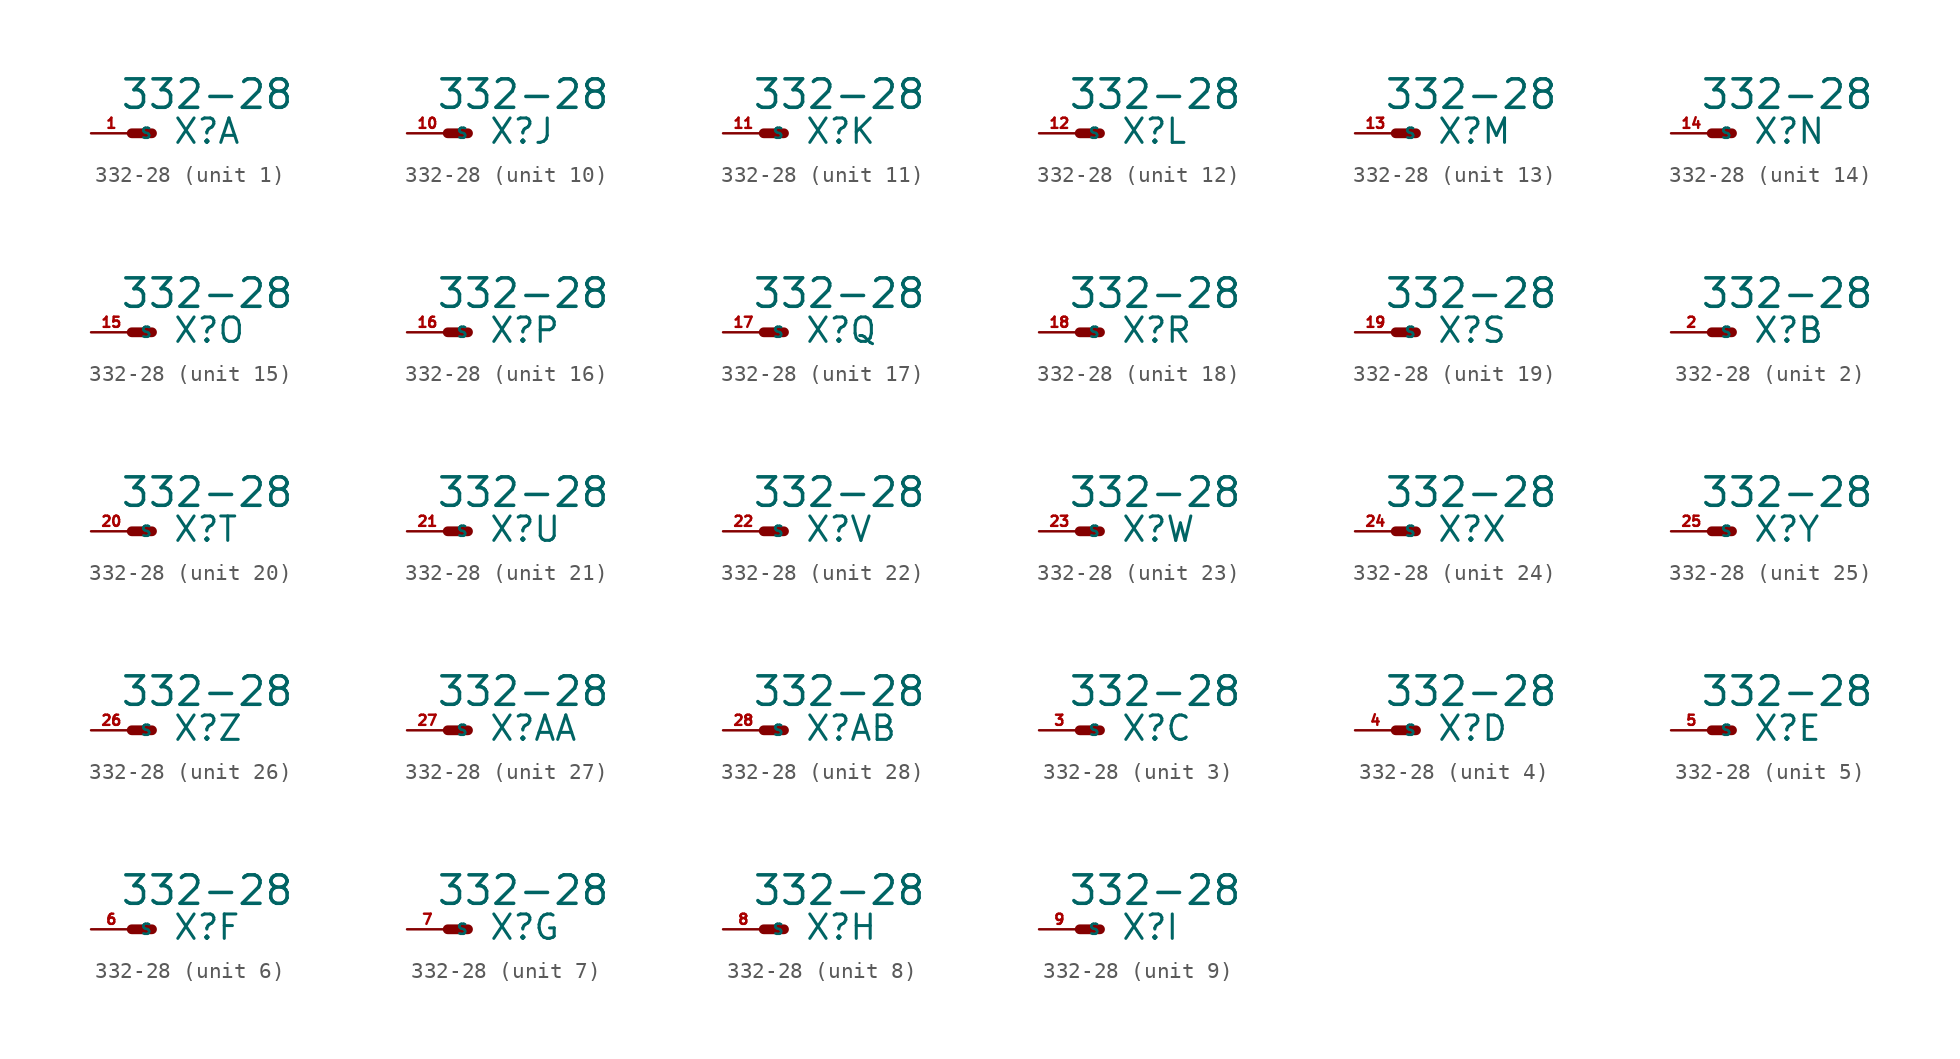
<source format=kicad_sym>
(kicad_symbol_lib
  (version 20220914)
  (generator Eagle2Kicad)
  (symbol "332-28"
    (property "Reference" "X"
      (at 2.54 -0.762 0)
      (effects (font (size 1.524 1.524) (thickness 0.19)) (justify left bottom)))
    (property "Value" "332-28"
      (at -0.762 1.397 0)
      (effects (font (size 1.778 1.778) (thickness 0.22)) (justify left bottom)))
    (symbol "332-28_1_0"
      (polyline (pts (xy 1.27 0) (xy 0 0)) (stroke (width 0.61) (type default)) (fill (type none)))
      (pin passive line (at -2.54 0 0) (length 2.54) (name "S" (effects (font (size 0.635 0.635) (thickness 0.08)) (justify left bottom))) (number "1" (effects (font (size 0.635 0.635) (thickness 0.08)) (justify left bottom)))))
    (symbol "332-28_2_0"
      (polyline (pts (xy 1.27 0) (xy 0 0)) (stroke (width 0.61) (type default)) (fill (type none)))
      (pin passive line (at -2.54 0 0) (length 2.54) (name "S" (effects (font (size 0.635 0.635) (thickness 0.08)) (justify left bottom))) (number "2" (effects (font (size 0.635 0.635) (thickness 0.08)) (justify left bottom)))))
    (symbol "332-28_3_0"
      (polyline (pts (xy 1.27 0) (xy 0 0)) (stroke (width 0.61) (type default)) (fill (type none)))
      (pin passive line (at -2.54 0 0) (length 2.54) (name "S" (effects (font (size 0.635 0.635) (thickness 0.08)) (justify left bottom))) (number "3" (effects (font (size 0.635 0.635) (thickness 0.08)) (justify left bottom)))))
    (symbol "332-28_4_0"
      (polyline (pts (xy 1.27 0) (xy 0 0)) (stroke (width 0.61) (type default)) (fill (type none)))
      (pin passive line (at -2.54 0 0) (length 2.54) (name "S" (effects (font (size 0.635 0.635) (thickness 0.08)) (justify left bottom))) (number "4" (effects (font (size 0.635 0.635) (thickness 0.08)) (justify left bottom)))))
    (symbol "332-28_5_0"
      (polyline (pts (xy 1.27 0) (xy 0 0)) (stroke (width 0.61) (type default)) (fill (type none)))
      (pin passive line (at -2.54 0 0) (length 2.54) (name "S" (effects (font (size 0.635 0.635) (thickness 0.08)) (justify left bottom))) (number "5" (effects (font (size 0.635 0.635) (thickness 0.08)) (justify left bottom)))))
    (symbol "332-28_6_0"
      (polyline (pts (xy 1.27 0) (xy 0 0)) (stroke (width 0.61) (type default)) (fill (type none)))
      (pin passive line (at -2.54 0 0) (length 2.54) (name "S" (effects (font (size 0.635 0.635) (thickness 0.08)) (justify left bottom))) (number "6" (effects (font (size 0.635 0.635) (thickness 0.08)) (justify left bottom)))))
    (symbol "332-28_7_0"
      (polyline (pts (xy 1.27 0) (xy 0 0)) (stroke (width 0.61) (type default)) (fill (type none)))
      (pin passive line (at -2.54 0 0) (length 2.54) (name "S" (effects (font (size 0.635 0.635) (thickness 0.08)) (justify left bottom))) (number "7" (effects (font (size 0.635 0.635) (thickness 0.08)) (justify left bottom)))))
    (symbol "332-28_8_0"
      (polyline (pts (xy 1.27 0) (xy 0 0)) (stroke (width 0.61) (type default)) (fill (type none)))
      (pin passive line (at -2.54 0 0) (length 2.54) (name "S" (effects (font (size 0.635 0.635) (thickness 0.08)) (justify left bottom))) (number "8" (effects (font (size 0.635 0.635) (thickness 0.08)) (justify left bottom)))))
    (symbol "332-28_9_0"
      (polyline (pts (xy 1.27 0) (xy 0 0)) (stroke (width 0.61) (type default)) (fill (type none)))
      (pin passive line (at -2.54 0 0) (length 2.54) (name "S" (effects (font (size 0.635 0.635) (thickness 0.08)) (justify left bottom))) (number "9" (effects (font (size 0.635 0.635) (thickness 0.08)) (justify left bottom)))))
    (symbol "332-28_10_0"
      (polyline (pts (xy 1.27 0) (xy 0 0)) (stroke (width 0.61) (type default)) (fill (type none)))
      (pin passive line (at -2.54 0 0) (length 2.54) (name "S" (effects (font (size 0.635 0.635) (thickness 0.08)) (justify left bottom))) (number "10" (effects (font (size 0.635 0.635) (thickness 0.08)) (justify left bottom)))))
    (symbol "332-28_11_0"
      (polyline (pts (xy 1.27 0) (xy 0 0)) (stroke (width 0.61) (type default)) (fill (type none)))
      (pin passive line (at -2.54 0 0) (length 2.54) (name "S" (effects (font (size 0.635 0.635) (thickness 0.08)) (justify left bottom))) (number "11" (effects (font (size 0.635 0.635) (thickness 0.08)) (justify left bottom)))))
    (symbol "332-28_12_0"
      (polyline (pts (xy 1.27 0) (xy 0 0)) (stroke (width 0.61) (type default)) (fill (type none)))
      (pin passive line (at -2.54 0 0) (length 2.54) (name "S" (effects (font (size 0.635 0.635) (thickness 0.08)) (justify left bottom))) (number "12" (effects (font (size 0.635 0.635) (thickness 0.08)) (justify left bottom)))))
    (symbol "332-28_13_0"
      (polyline (pts (xy 1.27 0) (xy 0 0)) (stroke (width 0.61) (type default)) (fill (type none)))
      (pin passive line (at -2.54 0 0) (length 2.54) (name "S" (effects (font (size 0.635 0.635) (thickness 0.08)) (justify left bottom))) (number "13" (effects (font (size 0.635 0.635) (thickness 0.08)) (justify left bottom)))))
    (symbol "332-28_14_0"
      (polyline (pts (xy 1.27 0) (xy 0 0)) (stroke (width 0.61) (type default)) (fill (type none)))
      (pin passive line (at -2.54 0 0) (length 2.54) (name "S" (effects (font (size 0.635 0.635) (thickness 0.08)) (justify left bottom))) (number "14" (effects (font (size 0.635 0.635) (thickness 0.08)) (justify left bottom)))))
    (symbol "332-28_15_0"
      (polyline (pts (xy 1.27 0) (xy 0 0)) (stroke (width 0.61) (type default)) (fill (type none)))
      (pin passive line (at -2.54 0 0) (length 2.54) (name "S" (effects (font (size 0.635 0.635) (thickness 0.08)) (justify left bottom))) (number "15" (effects (font (size 0.635 0.635) (thickness 0.08)) (justify left bottom)))))
    (symbol "332-28_16_0"
      (polyline (pts (xy 1.27 0) (xy 0 0)) (stroke (width 0.61) (type default)) (fill (type none)))
      (pin passive line (at -2.54 0 0) (length 2.54) (name "S" (effects (font (size 0.635 0.635) (thickness 0.08)) (justify left bottom))) (number "16" (effects (font (size 0.635 0.635) (thickness 0.08)) (justify left bottom)))))
    (symbol "332-28_17_0"
      (polyline (pts (xy 1.27 0) (xy 0 0)) (stroke (width 0.61) (type default)) (fill (type none)))
      (pin passive line (at -2.54 0 0) (length 2.54) (name "S" (effects (font (size 0.635 0.635) (thickness 0.08)) (justify left bottom))) (number "17" (effects (font (size 0.635 0.635) (thickness 0.08)) (justify left bottom)))))
    (symbol "332-28_18_0"
      (polyline (pts (xy 1.27 0) (xy 0 0)) (stroke (width 0.61) (type default)) (fill (type none)))
      (pin passive line (at -2.54 0 0) (length 2.54) (name "S" (effects (font (size 0.635 0.635) (thickness 0.08)) (justify left bottom))) (number "18" (effects (font (size 0.635 0.635) (thickness 0.08)) (justify left bottom)))))
    (symbol "332-28_19_0"
      (polyline (pts (xy 1.27 0) (xy 0 0)) (stroke (width 0.61) (type default)) (fill (type none)))
      (pin passive line (at -2.54 0 0) (length 2.54) (name "S" (effects (font (size 0.635 0.635) (thickness 0.08)) (justify left bottom))) (number "19" (effects (font (size 0.635 0.635) (thickness 0.08)) (justify left bottom)))))
    (symbol "332-28_20_0"
      (polyline (pts (xy 1.27 0) (xy 0 0)) (stroke (width 0.61) (type default)) (fill (type none)))
      (pin passive line (at -2.54 0 0) (length 2.54) (name "S" (effects (font (size 0.635 0.635) (thickness 0.08)) (justify left bottom))) (number "20" (effects (font (size 0.635 0.635) (thickness 0.08)) (justify left bottom)))))
    (symbol "332-28_21_0"
      (polyline (pts (xy 1.27 0) (xy 0 0)) (stroke (width 0.61) (type default)) (fill (type none)))
      (pin passive line (at -2.54 0 0) (length 2.54) (name "S" (effects (font (size 0.635 0.635) (thickness 0.08)) (justify left bottom))) (number "21" (effects (font (size 0.635 0.635) (thickness 0.08)) (justify left bottom)))))
    (symbol "332-28_22_0"
      (polyline (pts (xy 1.27 0) (xy 0 0)) (stroke (width 0.61) (type default)) (fill (type none)))
      (pin passive line (at -2.54 0 0) (length 2.54) (name "S" (effects (font (size 0.635 0.635) (thickness 0.08)) (justify left bottom))) (number "22" (effects (font (size 0.635 0.635) (thickness 0.08)) (justify left bottom)))))
    (symbol "332-28_23_0"
      (polyline (pts (xy 1.27 0) (xy 0 0)) (stroke (width 0.61) (type default)) (fill (type none)))
      (pin passive line (at -2.54 0 0) (length 2.54) (name "S" (effects (font (size 0.635 0.635) (thickness 0.08)) (justify left bottom))) (number "23" (effects (font (size 0.635 0.635) (thickness 0.08)) (justify left bottom)))))
    (symbol "332-28_24_0"
      (polyline (pts (xy 1.27 0) (xy 0 0)) (stroke (width 0.61) (type default)) (fill (type none)))
      (pin passive line (at -2.54 0 0) (length 2.54) (name "S" (effects (font (size 0.635 0.635) (thickness 0.08)) (justify left bottom))) (number "24" (effects (font (size 0.635 0.635) (thickness 0.08)) (justify left bottom)))))
    (symbol "332-28_25_0"
      (polyline (pts (xy 1.27 0) (xy 0 0)) (stroke (width 0.61) (type default)) (fill (type none)))
      (pin passive line (at -2.54 0 0) (length 2.54) (name "S" (effects (font (size 0.635 0.635) (thickness 0.08)) (justify left bottom))) (number "25" (effects (font (size 0.635 0.635) (thickness 0.08)) (justify left bottom)))))
    (symbol "332-28_26_0"
      (polyline (pts (xy 1.27 0) (xy 0 0)) (stroke (width 0.61) (type default)) (fill (type none)))
      (pin passive line (at -2.54 0 0) (length 2.54) (name "S" (effects (font (size 0.635 0.635) (thickness 0.08)) (justify left bottom))) (number "26" (effects (font (size 0.635 0.635) (thickness 0.08)) (justify left bottom)))))
    (symbol "332-28_27_0"
      (polyline (pts (xy 1.27 0) (xy 0 0)) (stroke (width 0.61) (type default)) (fill (type none)))
      (pin passive line (at -2.54 0 0) (length 2.54) (name "S" (effects (font (size 0.635 0.635) (thickness 0.08)) (justify left bottom))) (number "27" (effects (font (size 0.635 0.635) (thickness 0.08)) (justify left bottom)))))
    (symbol "332-28_28_0"
      (polyline (pts (xy 1.27 0) (xy 0 0)) (stroke (width 0.61) (type default)) (fill (type none)))
      (pin passive line (at -2.54 0 0) (length 2.54) (name "S" (effects (font (size 0.635 0.635) (thickness 0.08)) (justify left bottom))) (number "28" (effects (font (size 0.635 0.635) (thickness 0.08)) (justify left bottom)))))))
</source>
